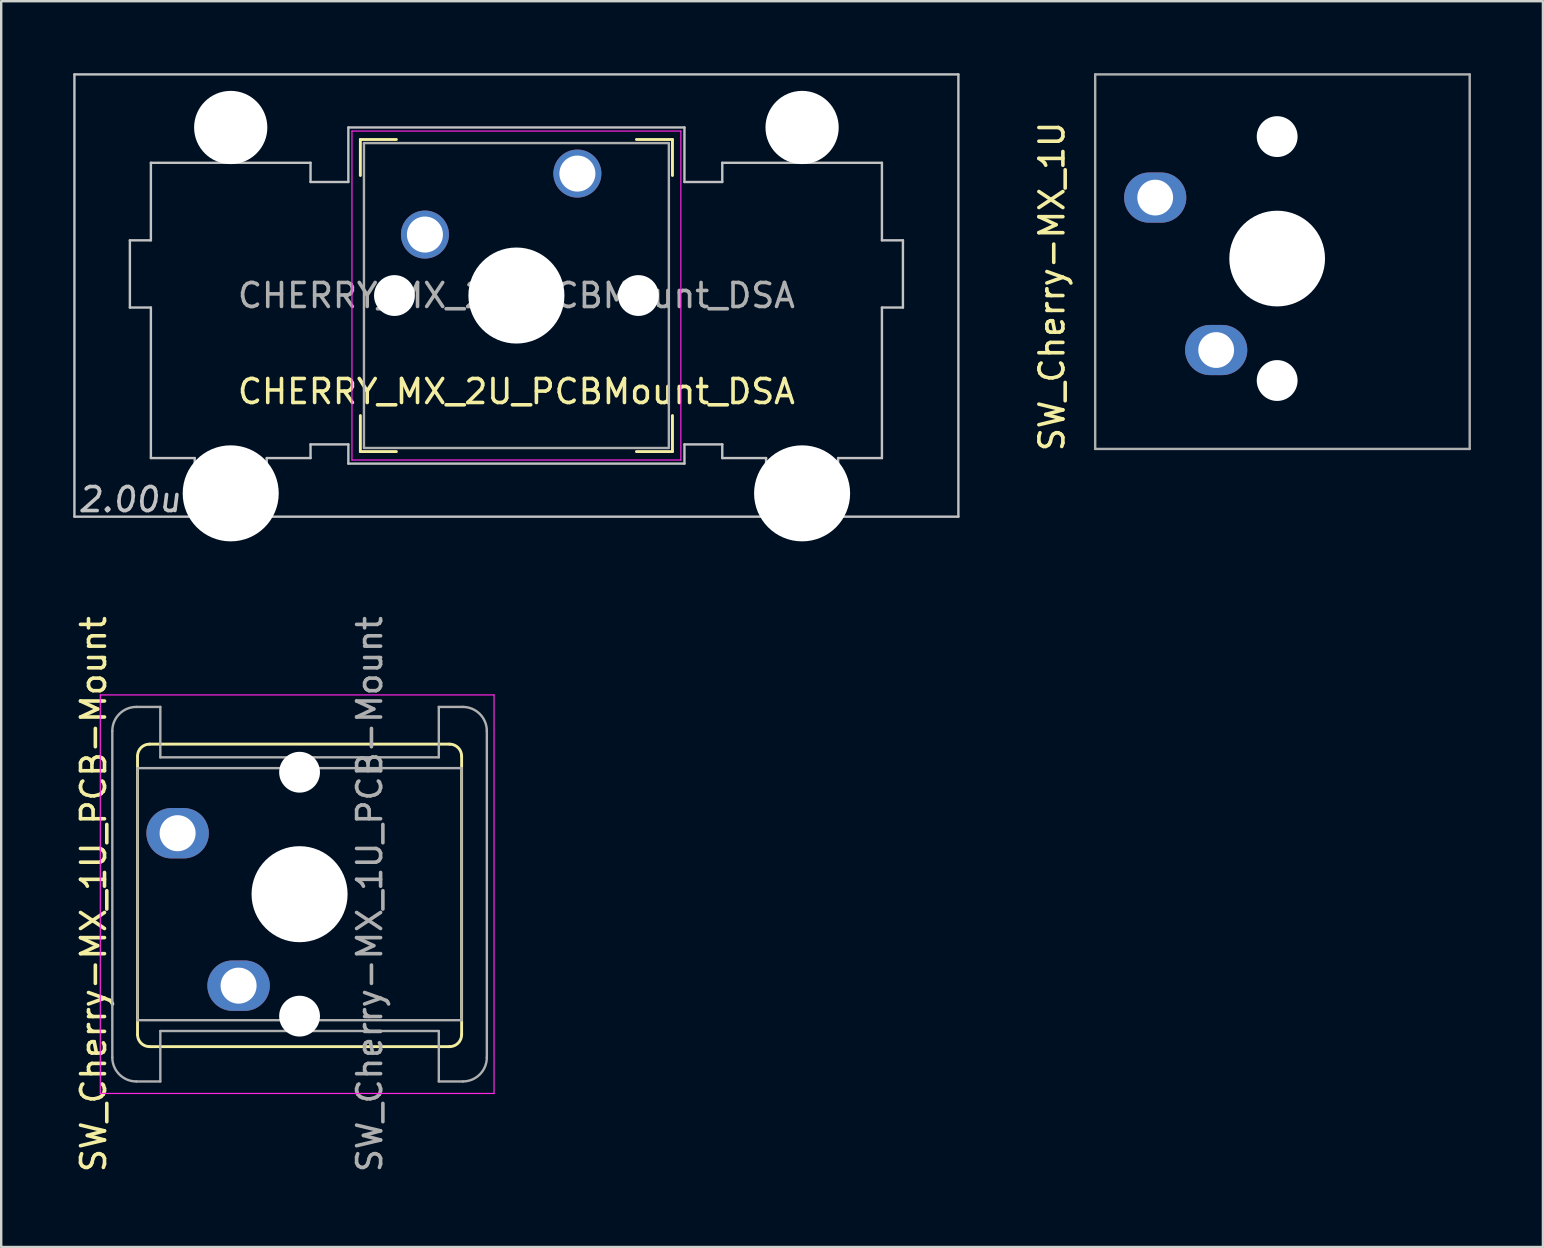
<source format=kicad_pcb>
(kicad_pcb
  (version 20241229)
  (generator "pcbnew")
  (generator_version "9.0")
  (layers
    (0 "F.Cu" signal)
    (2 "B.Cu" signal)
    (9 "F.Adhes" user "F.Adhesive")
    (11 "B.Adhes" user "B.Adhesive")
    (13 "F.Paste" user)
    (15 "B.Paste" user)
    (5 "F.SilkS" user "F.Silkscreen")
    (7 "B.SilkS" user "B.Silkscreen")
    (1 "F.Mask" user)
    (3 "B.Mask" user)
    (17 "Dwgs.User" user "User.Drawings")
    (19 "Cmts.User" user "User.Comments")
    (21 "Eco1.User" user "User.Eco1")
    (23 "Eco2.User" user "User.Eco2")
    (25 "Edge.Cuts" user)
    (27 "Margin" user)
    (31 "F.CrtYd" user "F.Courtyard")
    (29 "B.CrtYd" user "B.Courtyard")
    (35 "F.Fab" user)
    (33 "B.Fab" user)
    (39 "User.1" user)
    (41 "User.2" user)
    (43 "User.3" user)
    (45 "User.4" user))
  (footprint "SW_Cherry-MX_1U"
    (layer "F.Cu")
    (at 45.068 5.18)
    (property "Reference" "SW_Cherry-MX_1U" (at -4.3 3.7 90) (layer "F.SilkS") (effects (font (size 1 1) (thickness 0.15))))
    (attr through_hole)
    (fp_line (start -2.5 -5.13) (end -2.5 10.47) (stroke (width 0.1) (type solid)) (layer "F.Fab"))
    (fp_line (start -2.5 -5.13) (end 13.1 -5.13) (stroke (width 0.1) (type solid)) (layer "F.Fab"))
    (fp_line (start -2.5 10.47) (end 13.1 10.47) (stroke (width 0.1) (type solid)) (layer "F.Fab"))
    (fp_line (start 13.1 -5.13) (end 13.1 10.47) (stroke (width 0.1) (type solid)) (layer "F.Fab"))
    (pad "" np_thru_hole circle (at 5.08 -2.54) (size 1.701 1.701) (drill 1.701) (layers "*.Cu" "*.Mask"))
    (pad "" np_thru_hole circle (at 5.08 2.54) (size 3.987 3.987) (drill 3.987) (layers "*.Cu" "*.Mask"))
    (pad "" np_thru_hole circle (at 5.08 7.62) (size 1.701 1.701) (drill 1.701) (layers "*.Cu" "*.Mask"))
    (pad "1" thru_hole oval (at 0 0) (size 2.59 2.09) (drill 1.49) (layers "*.Cu" "*.Mask"))
    (pad "2" thru_hole oval (at 2.54 6.35) (size 2.59 2.09) (drill 1.49) (layers "*.Cu" "*.Mask")))
  (footprint "SW_Cherry-MX_1U_PCB-Mount"
    (layer "F.Cu")
    (at 4.348 31.656)
    (property "Reference" "SW_Cherry-MX_1U_PCB-Mount" (at -3.5 2.54 90) (layer "F.SilkS") (effects (font (size 1 1) (thickness 0.15))))
    (attr through_hole)
    (fp_line (start -1.67 -3.21) (end -1.67 8.39) (stroke (width 0.12) (type solid)) (layer "F.SilkS"))
    (fp_line (start -1.17 -3.71) (end 11.33 -3.71) (stroke (width 0.12) (type solid)) (layer "F.SilkS"))
    (fp_line (start -1.17 8.89) (end 11.33 8.89) (stroke (width 0.12) (type solid)) (layer "F.SilkS"))
    (fp_line (start 11.83 -3.21) (end 11.83 8.39) (stroke (width 0.12) (type solid)) (layer "F.SilkS"))
    (fp_arc (start -1.67 -3.21) (mid -1.523553 -3.563553) (end -1.17 -3.71) (stroke (width 0.12) (type solid)) (layer "F.SilkS"))
    (fp_arc (start -1.17 8.89) (mid -1.523553 8.743553) (end -1.67 8.39) (stroke (width 0.12) (type solid)) (layer "F.SilkS"))
    (fp_arc (start 11.33 -3.71) (mid 11.683553 -3.563553) (end 11.83 -3.21) (stroke (width 0.12) (type solid)) (layer "F.SilkS"))
    (fp_arc (start 11.83 8.39) (mid 11.683553 8.743553) (end 11.33 8.89) (stroke (width 0.12) (type solid)) (layer "F.SilkS"))
    (fp_line (start -3.22 -5.76) (end -3.22 10.84) (stroke (width 0.05) (type solid)) (layer "F.CrtYd"))
    (fp_line (start -3.22 -5.76) (end 13.18 -5.76) (stroke (width 0.05) (type solid)) (layer "F.CrtYd"))
    (fp_line (start -3.22 10.84) (end 13.18 10.84) (stroke (width 0.05) (type solid)) (layer "F.CrtYd"))
    (fp_line (start 13.18 -5.76) (end 13.18 10.84) (stroke (width 0.05) (type solid)) (layer "F.CrtYd"))
    (fp_line (start -2.72 -4.26) (end -2.72 9.34) (stroke (width 0.1) (type solid)) (layer "F.Fab"))
    (fp_line (start -1.72 -5.26) (end -0.72 -5.26) (stroke (width 0.1) (type solid)) (layer "F.Fab"))
    (fp_line (start -1.72 10.34) (end -0.72 10.34) (stroke (width 0.1) (type solid)) (layer "F.Fab"))
    (fp_line (start -1.67 -2.71) (end -1.67 7.79) (stroke (width 0.1) (type solid)) (layer "F.Fab"))
    (fp_line (start -1.67 -2.71) (end 11.83 -2.71) (stroke (width 0.1) (type solid)) (layer "F.Fab"))
    (fp_line (start -1.67 7.79) (end 11.83 7.79) (stroke (width 0.1) (type solid)) (layer "F.Fab"))
    (fp_line (start -0.72 -3.16) (end -0.72 -5.26) (stroke (width 0.1) (type solid)) (layer "F.Fab"))
    (fp_line (start -0.72 -3.16) (end 10.88 -3.16) (stroke (width 0.1) (type solid)) (layer "F.Fab"))
    (fp_line (start -0.72 8.24) (end 10.88 8.24) (stroke (width 0.1) (type solid)) (layer "F.Fab"))
    (fp_line (start -0.72 10.34) (end -0.72 8.24) (stroke (width 0.1) (type solid)) (layer "F.Fab"))
    (fp_line (start 10.88 -5.26) (end 11.88 -5.26) (stroke (width 0.1) (type solid)) (layer "F.Fab"))
    (fp_line (start 10.88 -3.16) (end 10.88 -5.26) (stroke (width 0.1) (type solid)) (layer "F.Fab"))
    (fp_line (start 10.88 10.34) (end 10.88 8.24) (stroke (width 0.1) (type solid)) (layer "F.Fab"))
    (fp_line (start 10.88 10.34) (end 11.88 10.34) (stroke (width 0.1) (type solid)) (layer "F.Fab"))
    (fp_line (start 11.83 -2.71) (end 11.83 7.79) (stroke (width 0.1) (type solid)) (layer "F.Fab"))
    (fp_line (start 12.88 -4.26) (end 12.88 9.34) (stroke (width 0.1) (type solid)) (layer "F.Fab"))
    (fp_arc (start -2.72 -4.26) (mid -2.427107 -4.967107) (end -1.72 -5.26) (stroke (width 0.1) (type solid)) (layer "F.Fab"))
    (fp_arc (start -1.72 10.34) (mid -2.427107 10.047107) (end -2.72 9.34) (stroke (width 0.1) (type solid)) (layer "F.Fab"))
    (fp_arc (start 11.88 -5.26) (mid 12.587107 -4.967107) (end 12.88 -4.26) (stroke (width 0.1) (type solid)) (layer "F.Fab"))
    (fp_arc (start 12.88 9.34) (mid 12.587107 10.047107) (end 11.88 10.34) (stroke (width 0.1) (type solid)) (layer "F.Fab"))
    (fp_text user "${REFERENCE}" (at 8 2.54 90) (layer "F.Fab") (effects (font (size 1 1) (thickness 0.15))))
    (pad "" np_thru_hole circle (at 5.08 -2.54) (size 1.7 1.7) (drill 1.7) (layers "*.Cu" "*.Mask"))
    (pad "" np_thru_hole circle (at 5.08 2.54) (size 4 4) (drill 4) (layers "*.Cu" "*.Mask"))
    (pad "" np_thru_hole circle (at 5.08 7.62) (size 1.7 1.7) (drill 1.7) (layers "*.Cu" "*.Mask"))
    (pad "1" thru_hole oval (at 0 0) (size 2.6 2.1) (drill 1.5) (layers "*.Cu" "*.Mask"))
    (pad "2" thru_hole oval (at 2.54 6.35) (size 2.6 2.1) (drill 1.5) (layers "*.Cu" "*.Mask")))
  (footprint "CHERRY_MX_2U_PCBMount_DSA"
    (layer "F.Cu")
    (at 18.46 9.26)
    (property "Reference" "CHERRY_MX_2U_PCBMount_DSA" (at 0 4 0) (layer "F.SilkS") (effects (font (size 1 1) (thickness 0.15))))
    (attr through_hole)
    (fp_line (start -6.5 -6.5) (end -6.5 -5) (stroke (width 0.12) (type solid)) (layer "F.SilkS"))
    (fp_line (start -6.5 6.5) (end -6.5 5) (stroke (width 0.12) (type solid)) (layer "F.SilkS"))
    (fp_line (start -5 -6.5) (end -6.5 -6.5) (stroke (width 0.12) (type solid)) (layer "F.SilkS"))
    (fp_line (start -5 6.5) (end -6.5 6.5) (stroke (width 0.12) (type solid)) (layer "F.SilkS"))
    (fp_line (start 6.5 -6.5) (end 5 -6.5) (stroke (width 0.12) (type solid)) (layer "F.SilkS"))
    (fp_line (start 6.5 -6.5) (end 6.5 -5) (stroke (width 0.12) (type solid)) (layer "F.SilkS"))
    (fp_line (start 6.5 5) (end 6.5 6.5) (stroke (width 0.12) (type solid)) (layer "F.SilkS"))
    (fp_line (start 6.5 6.5) (end 5 6.5) (stroke (width 0.12) (type solid)) (layer "F.SilkS"))
    (fp_line (start -18.41 -9.21) (end -18.41 9.21) (stroke (width 0.1) (type solid)) (layer "Dwgs.User"))
    (fp_line (start -18.41 -9.21) (end 18.41 -9.21) (stroke (width 0.1) (type solid)) (layer "Dwgs.User"))
    (fp_line (start -18.41 9.21) (end 18.41 9.21) (stroke (width 0.1) (type solid)) (layer "Dwgs.User"))
    (fp_line (start -16.1 -2.3) (end -16.1 0.5) (stroke (width 0.1) (type solid)) (layer "Dwgs.User"))
    (fp_line (start -16.1 -2.3) (end -15.225 -2.3) (stroke (width 0.1) (type solid)) (layer "Dwgs.User"))
    (fp_line (start -16.1 0.5) (end -15.225 0.5) (stroke (width 0.1) (type solid)) (layer "Dwgs.User"))
    (fp_line (start -15.225 -5.53) (end -8.575 -5.53) (stroke (width 0.1) (type solid)) (layer "Dwgs.User"))
    (fp_line (start -15.225 -2.3) (end -15.225 -5.53) (stroke (width 0.1) (type solid)) (layer "Dwgs.User"))
    (fp_line (start -15.225 0.5) (end -15.225 6.77) (stroke (width 0.1) (type solid)) (layer "Dwgs.User"))
    (fp_line (start -15.225 6.77) (end -13.4 6.77) (stroke (width 0.1) (type solid)) (layer "Dwgs.User"))
    (fp_line (start -13.4 7.97) (end -13.4 6.77) (stroke (width 0.1) (type solid)) (layer "Dwgs.User"))
    (fp_line (start -13.4 7.97) (end -10.4 7.97) (stroke (width 0.1) (type solid)) (layer "Dwgs.User"))
    (fp_line (start -10.4 6.77) (end -8.575 6.77) (stroke (width 0.1) (type solid)) (layer "Dwgs.User"))
    (fp_line (start -10.4 7.97) (end -10.4 6.77) (stroke (width 0.1) (type solid)) (layer "Dwgs.User"))
    (fp_line (start -8.575 -5.53) (end -8.575 -4.73) (stroke (width 0.1) (type solid)) (layer "Dwgs.User"))
    (fp_line (start -8.575 -4.73) (end -7 -4.73) (stroke (width 0.1) (type solid)) (layer "Dwgs.User"))
    (fp_line (start -8.575 6.2) (end -8.575 6.77) (stroke (width 0.1) (type solid)) (layer "Dwgs.User"))
    (fp_line (start -7 -7) (end -7 -4.73) (stroke (width 0.1) (type solid)) (layer "Dwgs.User"))
    (fp_line (start -7 -7) (end 7 -7) (stroke (width 0.1) (type solid)) (layer "Dwgs.User"))
    (fp_line (start -7 6.2) (end -8.575 6.2) (stroke (width 0.1) (type solid)) (layer "Dwgs.User"))
    (fp_line (start -7 7) (end -7 6.2) (stroke (width 0.1) (type solid)) (layer "Dwgs.User"))
    (fp_line (start -7 7) (end 7 7) (stroke (width 0.1) (type solid)) (layer "Dwgs.User"))
    (fp_line (start 7 -7) (end 7 -4.73) (stroke (width 0.1) (type solid)) (layer "Dwgs.User"))
    (fp_line (start 7 6.2) (end 8.575 6.2) (stroke (width 0.1) (type solid)) (layer "Dwgs.User"))
    (fp_line (start 7 7) (end 7 6.2) (stroke (width 0.1) (type solid)) (layer "Dwgs.User"))
    (fp_line (start 8.575 -5.53) (end 8.575 -4.73) (stroke (width 0.1) (type solid)) (layer "Dwgs.User"))
    (fp_line (start 8.575 -4.73) (end 7 -4.73) (stroke (width 0.1) (type solid)) (layer "Dwgs.User"))
    (fp_line (start 8.575 6.2) (end 8.575 6.77) (stroke (width 0.1) (type solid)) (layer "Dwgs.User"))
    (fp_line (start 10.4 6.77) (end 8.575 6.77) (stroke (width 0.1) (type solid)) (layer "Dwgs.User"))
    (fp_line (start 10.4 7.97) (end 10.4 6.77) (stroke (width 0.1) (type solid)) (layer "Dwgs.User"))
    (fp_line (start 13.4 7.97) (end 10.4 7.97) (stroke (width 0.1) (type solid)) (layer "Dwgs.User"))
    (fp_line (start 13.4 7.97) (end 13.4 6.77) (stroke (width 0.1) (type solid)) (layer "Dwgs.User"))
    (fp_line (start 15.225 -5.53) (end 8.575 -5.53) (stroke (width 0.1) (type solid)) (layer "Dwgs.User"))
    (fp_line (start 15.225 -2.3) (end 15.225 -5.53) (stroke (width 0.1) (type solid)) (layer "Dwgs.User"))
    (fp_line (start 15.225 0.5) (end 15.225 6.77) (stroke (width 0.1) (type solid)) (layer "Dwgs.User"))
    (fp_line (start 15.225 6.77) (end 13.4 6.77) (stroke (width 0.1) (type solid)) (layer "Dwgs.User"))
    (fp_line (start 16.1 -2.3) (end 15.225 -2.3) (stroke (width 0.1) (type solid)) (layer "Dwgs.User"))
    (fp_line (start 16.1 0.5) (end 15.225 0.5) (stroke (width 0.1) (type solid)) (layer "Dwgs.User"))
    (fp_line (start 16.1 0.5) (end 16.1 -2.3) (stroke (width 0.1) (type solid)) (layer "Dwgs.User"))
    (fp_line (start 18.41 9.21) (end 18.41 -9.21) (stroke (width 0.1) (type solid)) (layer "Dwgs.User"))
    (fp_line (start -6.85 -6.85) (end -6.85 6.85) (stroke (width 0.05) (type solid)) (layer "F.CrtYd"))
    (fp_line (start -6.85 -6.85) (end 6.85 -6.85) (stroke (width 0.05) (type solid)) (layer "F.CrtYd"))
    (fp_line (start -6.85 6.85) (end 6.85 6.85) (stroke (width 0.05) (type solid)) (layer "F.CrtYd"))
    (fp_line (start 6.85 6.85) (end 6.85 -6.85) (stroke (width 0.05) (type solid)) (layer "F.CrtYd"))
    (fp_line (start -6.35 -6.35) (end -6.35 6.35) (stroke (width 0.1) (type solid)) (layer "F.Fab"))
    (fp_line (start -6.35 -6.35) (end 6.35 -6.35) (stroke (width 0.1) (type solid)) (layer "F.Fab"))
    (fp_line (start -6.35 6.35) (end 6.35 6.35) (stroke (width 0.1) (type solid)) (layer "F.Fab"))
    (fp_line (start 6.35 -6.35) (end 6.35 6.35) (stroke (width 0.1) (type solid)) (layer "F.Fab"))
    (fp_text user "2.00u" (at -16.1 8.5 0) (layer "Dwgs.User") (effects (font (size 1 1) (thickness 0.15) (italic yes))))
    (fp_text user "${REFERENCE}" (at 0 0 0) (layer "F.Fab") (effects (font (size 1 1) (thickness 0.15))))
    (pad "" np_thru_hole circle (at -11.9 -7) (size 3.05 3.05) (drill 3.05) (layers "*.Cu" "*.Mask"))
    (pad "" np_thru_hole circle (at -11.9 8.24) (size 4 4) (drill 4) (layers "*.Cu" "*.Mask"))
    (pad "" np_thru_hole circle (at -5.08 0) (size 1.7 1.7) (drill 1.7) (layers "*.Cu" "*.Mask"))
    (pad "" np_thru_hole circle (at 0 0) (size 4 4) (drill 4) (layers "*.Cu" "*.Mask"))
    (pad "" np_thru_hole circle (at 5.08 0) (size 1.7 1.7) (drill 1.7) (layers "*.Cu" "*.Mask"))
    (pad "" np_thru_hole circle (at 11.9 -7) (size 3.05 3.05) (drill 3.05) (layers "*.Cu" "*.Mask"))
    (pad "" np_thru_hole circle (at 11.9 8.24) (size 4 4) (drill 4) (layers "*.Cu" "*.Mask"))
    (pad "1" thru_hole circle (at -3.81 -2.54) (size 2 2) (drill 1.5) (layers "*.Cu" "*.Mask"))
    (pad "2" thru_hole circle (at 2.54 -5.08) (size 2 2) (drill 1.5) (layers "*.Cu" "*.Mask")))
  (gr_rect
    (start -3 -3)
    (end 61.218 48.893)
    (stroke (width 0.1) (type default))
    (fill no)
    (layer "Edge.Cuts")))
</source>
